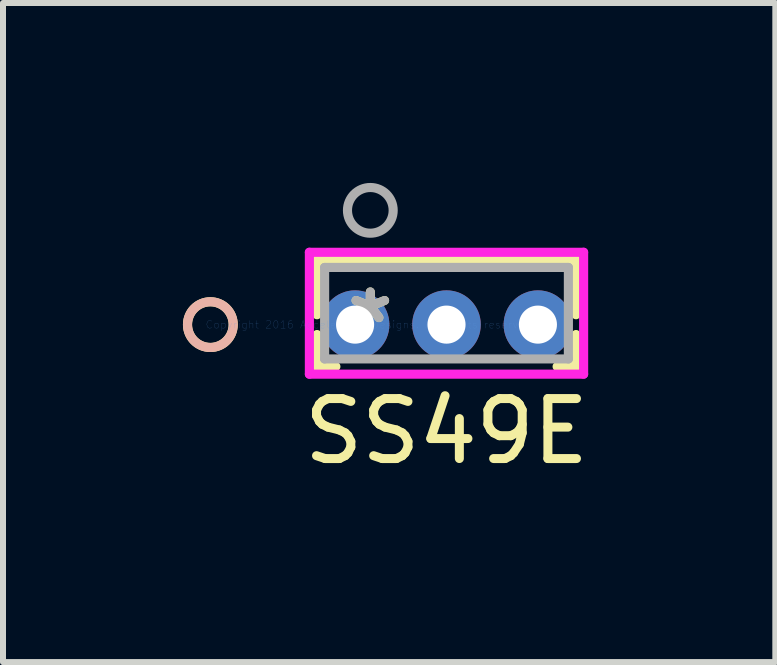
<source format=kicad_pcb>
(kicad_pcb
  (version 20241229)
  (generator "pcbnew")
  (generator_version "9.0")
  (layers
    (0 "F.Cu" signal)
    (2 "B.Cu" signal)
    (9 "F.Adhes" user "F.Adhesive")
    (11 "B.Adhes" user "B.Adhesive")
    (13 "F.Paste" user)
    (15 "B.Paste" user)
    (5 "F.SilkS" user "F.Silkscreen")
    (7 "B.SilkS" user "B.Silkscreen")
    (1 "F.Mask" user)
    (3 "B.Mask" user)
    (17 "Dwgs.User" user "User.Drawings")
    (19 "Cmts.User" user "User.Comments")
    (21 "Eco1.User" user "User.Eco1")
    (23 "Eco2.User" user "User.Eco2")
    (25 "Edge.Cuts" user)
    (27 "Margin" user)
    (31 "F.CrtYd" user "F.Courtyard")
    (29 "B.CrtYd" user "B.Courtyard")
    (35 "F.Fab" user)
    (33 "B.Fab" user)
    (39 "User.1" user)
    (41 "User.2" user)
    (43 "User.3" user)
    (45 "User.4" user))
  (footprint "SS49E"
    (layer "F.Cu")
    (at 3.124 2.362)
    (property "Reference" "SS49E" (at 1.27 1.778 0) (layer "F.SilkS") (effects (font (size 1 1) (thickness 0.15))))
    (attr through_hole)
    (fp_line (start -0.889 -1.079) (end -0.889 -0.165) (stroke (width 0.152) (type solid)) (layer "F.SilkS"))
    (fp_line (start -0.889 0.165) (end -0.889 0.699) (stroke (width 0.152) (type solid)) (layer "F.SilkS"))
    (fp_line (start -0.889 0.699) (end -0.574 0.699) (stroke (width 0.152) (type solid)) (layer "F.SilkS"))
    (fp_line (start 3.114 0.699) (end 3.429 0.699) (stroke (width 0.152) (type solid)) (layer "F.SilkS"))
    (fp_line (start 3.429 -1.079) (end -0.889 -1.079) (stroke (width 0.152) (type solid)) (layer "F.SilkS"))
    (fp_line (start 3.429 -0.165) (end 3.429 -1.079) (stroke (width 0.152) (type solid)) (layer "F.SilkS"))
    (fp_line (start 3.429 0.699) (end 3.429 0.165) (stroke (width 0.152) (type solid)) (layer "F.SilkS"))
    (fp_circle (center -2.667 0) (end -2.286 0) (stroke (width 0.152) (type solid)) (fill no) (layer "F.SilkS"))
    (fp_circle (center -2.667 0) (end -2.286 0) (stroke (width 0.152) (type solid)) (fill no) (layer "B.SilkS"))
    (fp_line (start -1.016 -1.206) (end -1.016 0.826) (stroke (width 0.152) (type solid)) (layer "F.CrtYd"))
    (fp_line (start -1.016 0.826) (end 3.556 0.826) (stroke (width 0.152) (type solid)) (layer "F.CrtYd"))
    (fp_line (start 3.556 -1.206) (end -1.016 -1.206) (stroke (width 0.152) (type solid)) (layer "F.CrtYd"))
    (fp_line (start 3.556 0.826) (end 3.556 -1.206) (stroke (width 0.152) (type solid)) (layer "F.CrtYd"))
    (fp_line (start -0.762 -0.953) (end -0.762 0.572) (stroke (width 0.152) (type solid)) (layer "F.Fab"))
    (fp_line (start -0.762 0.572) (end 3.302 0.572) (stroke (width 0.152) (type solid)) (layer "F.Fab"))
    (fp_line (start 3.302 -0.953) (end -0.762 -0.953) (stroke (width 0.152) (type solid)) (layer "F.Fab"))
    (fp_line (start 3.302 0.572) (end 3.302 -0.953) (stroke (width 0.152) (type solid)) (layer "F.Fab"))
    (fp_circle (center 0 -1.905) (end 0.381 -1.905) (stroke (width 0.152) (type solid)) (fill no) (layer "F.Fab"))
    (fp_text user "*" (at 0 0 0) (layer "F.SilkS") (effects (font (size 1 1) (thickness 0.15))))
    (fp_text user "Copyright 2016 Accelerated Designs. All rights reserved." (at 0 0 0) (layer "Cmts.User") (effects (font (size 0.127 0.127) (thickness 0.002))))
    (fp_text user "*" (at 0 0 0) (layer "F.Fab") (effects (font (size 1 1) (thickness 0.15))))
    (pad "1" thru_hole circle (at -0.254 0) (size 1.143 1.143) (drill 0.635) (layers "*.Cu" "*.Mask"))
    (pad "2" thru_hole circle (at 1.27 0) (size 1.143 1.143) (drill 0.635) (layers "*.Cu" "*.Mask"))
    (pad "3" thru_hole circle (at 2.794 0) (size 1.143 1.143) (drill 0.635) (layers "*.Cu" "*.Mask")))
  (gr_rect
    (start -3 -3)
    (end 9.876 7.988)
    (stroke (width 0.1) (type default))
    (fill no)
    (layer "Edge.Cuts")))
</source>
